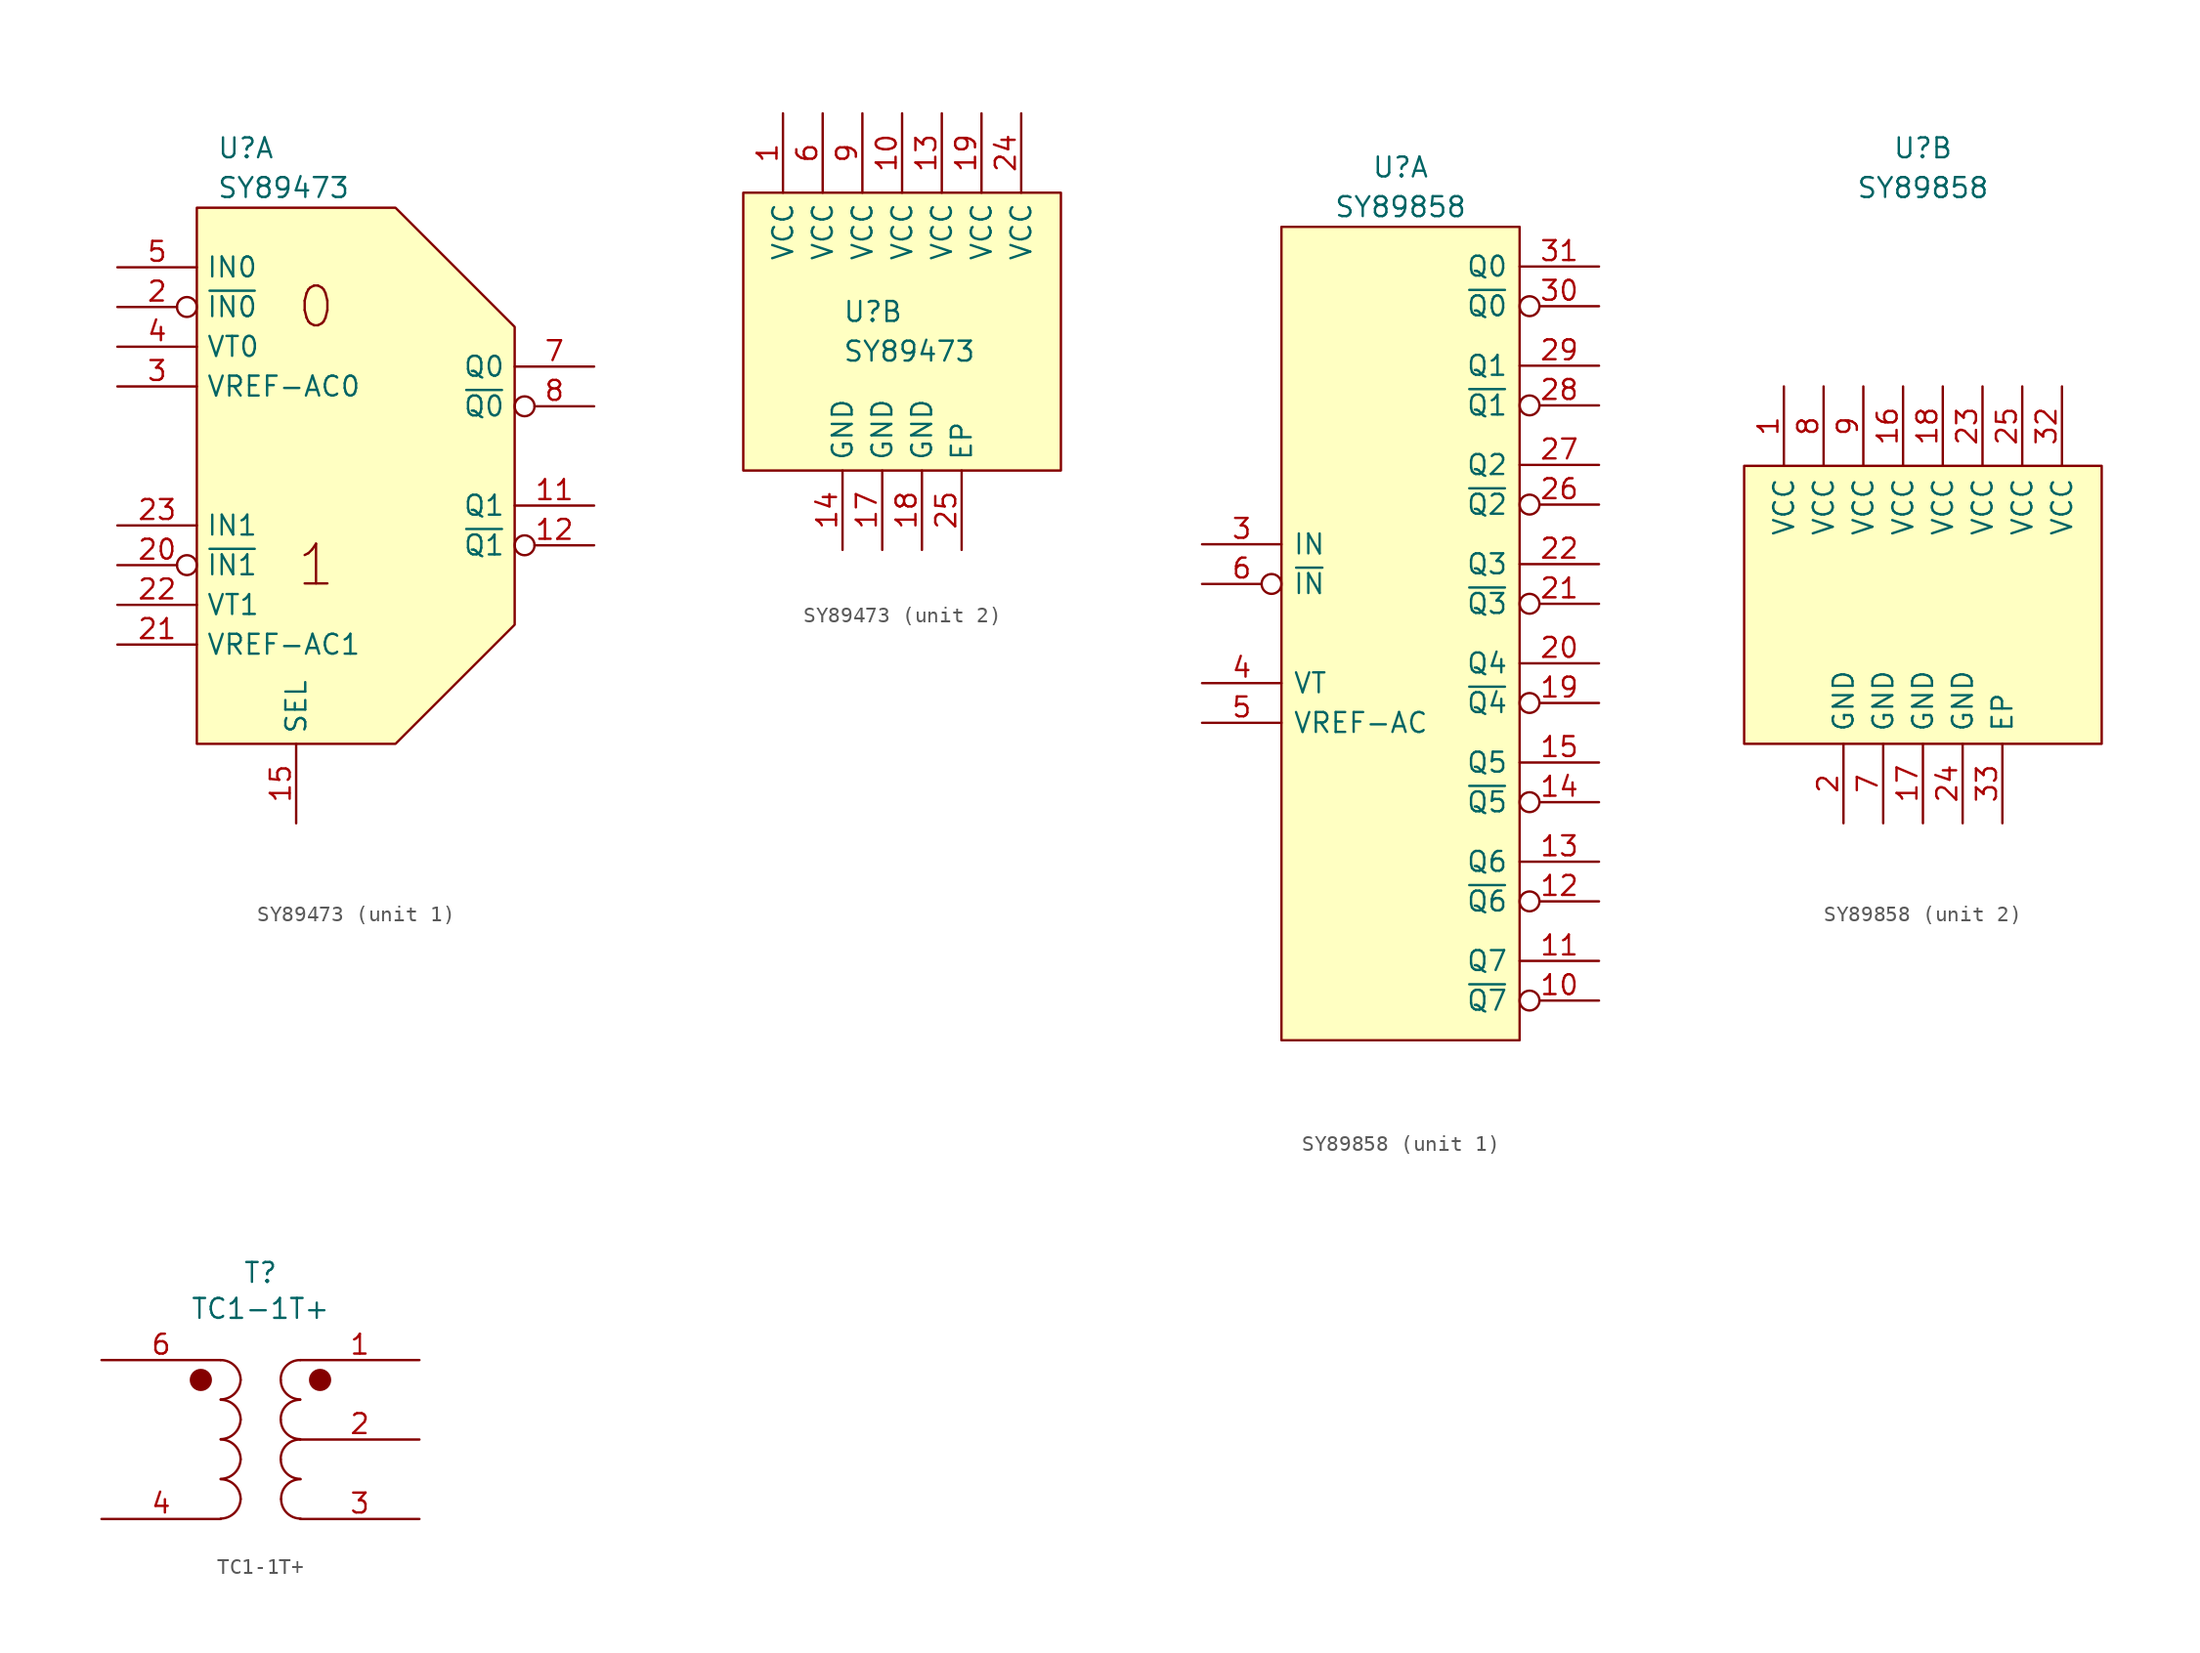
<source format=kicad_sym>
(kicad_symbol_lib
  (version 20220914)
  (generator kicad_symbol_editor)
  (symbol "SY89473"
    (pin_names
      (offset 0.584))
    (property "Reference" "U"
      (at -8.89 20.32 0)
      (effects (font (size 1.27 1.27)) (justify left)))
    (property "Value" "SY89473"
      (at -8.89 17.78 0)
      (effects (font (size 1.27 1.27)) (justify left)))
    (property "ki_locked" ""
      (at 0 0 0)
      (effects (font (size 1.27 1.27))))
    (symbol "SY89473_1_0"
      (polyline (pts (xy -10.16 16.51) (xy -10.16 -17.78) (xy 2.54 -17.78) (xy 10.16 -10.16) (xy 10.16 8.89) (xy 2.54 16.51) (xy -10.16 16.51)) (stroke (width 0) (type solid)) (fill (type background)))
      (text "0" (at -2.54 10.16 0) (effects (font (size 2.54 2.54))))
      (text "1" (at -2.54 -6.35 0) (effects (font (size 2.54 2.54)))))
    (symbol "SY89473_1_1"
      (pin open_emitter line (at 15.24 -2.54 180) (length 5.08) (name "Q1" (effects (font (size 1.27 1.27)))) (number "11" (effects (font (size 1.27 1.27)))))
      (pin open_emitter inverted (at 15.24 -5.08 180) (length 5.08) (name "~{Q1}" (effects (font (size 1.27 1.27)))) (number "12" (effects (font (size 1.27 1.27)))))
      (pin input line (at -3.81 -22.86 90) (length 5.08) (name "SEL" (effects (font (size 1.27 1.27)))) (number "15" (effects (font (size 1.27 1.27)))))
      (pin input inverted (at -15.24 10.16 0) (length 5.08) (name "~{IN0}" (effects (font (size 1.27 1.27)))) (number "2" (effects (font (size 1.27 1.27)))))
      (pin input inverted (at -15.24 -6.35 0) (length 5.08) (name "~{IN1}" (effects (font (size 1.27 1.27)))) (number "20" (effects (font (size 1.27 1.27)))))
      (pin output line (at -15.24 -11.43 0) (length 5.08) (name "VREF-AC1" (effects (font (size 1.27 1.27)))) (number "21" (effects (font (size 1.27 1.27)))))
      (pin input line (at -15.24 -8.89 0) (length 5.08) (name "VT1" (effects (font (size 1.27 1.27)))) (number "22" (effects (font (size 1.27 1.27)))))
      (pin input line (at -15.24 -3.81 0) (length 5.08) (name "IN1" (effects (font (size 1.27 1.27)))) (number "23" (effects (font (size 1.27 1.27)))))
      (pin output line (at -15.24 5.08 0) (length 5.08) (name "VREF-AC0" (effects (font (size 1.27 1.27)))) (number "3" (effects (font (size 1.27 1.27)))))
      (pin input line (at -15.24 7.62 0) (length 5.08) (name "VT0" (effects (font (size 1.27 1.27)))) (number "4" (effects (font (size 1.27 1.27)))))
      (pin input line (at -15.24 12.7 0) (length 5.08) (name "IN0" (effects (font (size 1.27 1.27)))) (number "5" (effects (font (size 1.27 1.27)))))
      (pin open_emitter line (at 15.24 6.35 180) (length 5.08) (name "Q0" (effects (font (size 1.27 1.27)))) (number "7" (effects (font (size 1.27 1.27)))))
      (pin open_emitter inverted (at 15.24 3.81 180) (length 5.08) (name "~{Q0}" (effects (font (size 1.27 1.27)))) (number "8" (effects (font (size 1.27 1.27))))))
    (symbol "SY89473_2_0"
      (rectangle (start -15.24 27.94) (end 5.08 10.16) (stroke (width 0) (type solid)) (fill (type background))))
    (symbol "SY89473_2_1"
      (pin power_in line (at -12.7 33.02 270) (length 5.08) (name "VCC" (effects (font (size 1.27 1.27)))) (number "1" (effects (font (size 1.27 1.27)))))
      (pin power_in line (at -5.08 33.02 270) (length 5.08) (name "VCC" (effects (font (size 1.27 1.27)))) (number "10" (effects (font (size 1.27 1.27)))))
      (pin power_in line (at -2.54 33.02 270) (length 5.08) (name "VCC" (effects (font (size 1.27 1.27)))) (number "13" (effects (font (size 1.27 1.27)))))
      (pin power_in line (at -8.89 5.08 90) (length 5.08) (name "GND" (effects (font (size 1.27 1.27)))) (number "14" (effects (font (size 1.27 1.27)))))
      (pin power_in line (at -6.35 5.08 90) (length 5.08) (name "GND" (effects (font (size 1.27 1.27)))) (number "17" (effects (font (size 1.27 1.27)))))
      (pin power_in line (at -3.81 5.08 90) (length 5.08) (name "GND" (effects (font (size 1.27 1.27)))) (number "18" (effects (font (size 1.27 1.27)))))
      (pin power_in line (at 0 33.02 270) (length 5.08) (name "VCC" (effects (font (size 1.27 1.27)))) (number "19" (effects (font (size 1.27 1.27)))))
      (pin power_in line (at 2.54 33.02 270) (length 5.08) (name "VCC" (effects (font (size 1.27 1.27)))) (number "24" (effects (font (size 1.27 1.27)))))
      (pin power_in line (at -1.27 5.08 90) (length 5.08) (name "EP" (effects (font (size 1.27 1.27)))) (number "25" (effects (font (size 1.27 1.27)))))
      (pin power_in line (at -10.16 33.02 270) (length 5.08) (name "VCC" (effects (font (size 1.27 1.27)))) (number "6" (effects (font (size 1.27 1.27)))))
      (pin power_in line (at -7.62 33.02 270) (length 5.08) (name "VCC" (effects (font (size 1.27 1.27)))) (number "9" (effects (font (size 1.27 1.27)))))))
  (symbol "SY89858"
    (pin_names
      (offset 0.711))
    (property "Reference" "U"
      (at 0 29.21 0)
      (effects (font (size 1.27 1.27))))
    (property "Value" "SY89858"
      (at 0 26.67 0)
      (effects (font (size 1.27 1.27))))
    (property "ki_locked" ""
      (at 0 0 0)
      (effects (font (size 1.27 1.27))))
    (symbol "SY89858_1_0"
      (rectangle (start -7.62 25.4) (end 7.62 -26.67) (stroke (width 0) (type solid)) (fill (type background))))
    (symbol "SY89858_1_1"
      (pin open_emitter inverted (at 12.7 -24.13 180) (length 5.08) (name "~{Q7}" (effects (font (size 1.27 1.27)))) (number "10" (effects (font (size 1.27 1.27)))))
      (pin open_emitter line (at 12.7 -21.59 180) (length 5.08) (name "Q7" (effects (font (size 1.27 1.27)))) (number "11" (effects (font (size 1.27 1.27)))))
      (pin open_emitter inverted (at 12.7 -17.78 180) (length 5.08) (name "~{Q6}" (effects (font (size 1.27 1.27)))) (number "12" (effects (font (size 1.27 1.27)))))
      (pin open_emitter line (at 12.7 -15.24 180) (length 5.08) (name "Q6" (effects (font (size 1.27 1.27)))) (number "13" (effects (font (size 1.27 1.27)))))
      (pin open_emitter inverted (at 12.7 -11.43 180) (length 5.08) (name "~{Q5}" (effects (font (size 1.27 1.27)))) (number "14" (effects (font (size 1.27 1.27)))))
      (pin open_emitter line (at 12.7 -8.89 180) (length 5.08) (name "Q5" (effects (font (size 1.27 1.27)))) (number "15" (effects (font (size 1.27 1.27)))))
      (pin open_emitter inverted (at 12.7 -5.08 180) (length 5.08) (name "~{Q4}" (effects (font (size 1.27 1.27)))) (number "19" (effects (font (size 1.27 1.27)))))
      (pin open_emitter line (at 12.7 -2.54 180) (length 5.08) (name "Q4" (effects (font (size 1.27 1.27)))) (number "20" (effects (font (size 1.27 1.27)))))
      (pin open_emitter inverted (at 12.7 1.27 180) (length 5.08) (name "~{Q3}" (effects (font (size 1.27 1.27)))) (number "21" (effects (font (size 1.27 1.27)))))
      (pin open_emitter line (at 12.7 3.81 180) (length 5.08) (name "Q3" (effects (font (size 1.27 1.27)))) (number "22" (effects (font (size 1.27 1.27)))))
      (pin open_emitter inverted (at 12.7 7.62 180) (length 5.08) (name "~{Q2}" (effects (font (size 1.27 1.27)))) (number "26" (effects (font (size 1.27 1.27)))))
      (pin open_emitter line (at 12.7 10.16 180) (length 5.08) (name "Q2" (effects (font (size 1.27 1.27)))) (number "27" (effects (font (size 1.27 1.27)))))
      (pin open_emitter inverted (at 12.7 13.97 180) (length 5.08) (name "~{Q1}" (effects (font (size 1.27 1.27)))) (number "28" (effects (font (size 1.27 1.27)))))
      (pin open_emitter line (at 12.7 16.51 180) (length 5.08) (name "Q1" (effects (font (size 1.27 1.27)))) (number "29" (effects (font (size 1.27 1.27)))))
      (pin input line (at -12.7 5.08 0) (length 5.08) (name "IN" (effects (font (size 1.27 1.27)))) (number "3" (effects (font (size 1.27 1.27)))))
      (pin open_emitter inverted (at 12.7 20.32 180) (length 5.08) (name "~{Q0}" (effects (font (size 1.27 1.27)))) (number "30" (effects (font (size 1.27 1.27)))))
      (pin open_emitter line (at 12.7 22.86 180) (length 5.08) (name "Q0" (effects (font (size 1.27 1.27)))) (number "31" (effects (font (size 1.27 1.27)))))
      (pin input line (at -12.7 -3.81 0) (length 5.08) (name "VT" (effects (font (size 1.27 1.27)))) (number "4" (effects (font (size 1.27 1.27)))))
      (pin output line (at -12.7 -6.35 0) (length 5.08) (name "VREF-AC" (effects (font (size 1.27 1.27)))) (number "5" (effects (font (size 1.27 1.27)))))
      (pin input inverted (at -12.7 2.54 0) (length 5.08) (name "~{IN}" (effects (font (size 1.27 1.27)))) (number "6" (effects (font (size 1.27 1.27))))))
    (symbol "SY89858_2_0"
      (rectangle (start -11.43 8.89) (end 11.43 -8.89) (stroke (width 0) (type solid)) (fill (type background))))
    (symbol "SY89858_2_1"
      (pin power_in line (at -8.89 13.97 270) (length 5.08) (name "VCC" (effects (font (size 1.27 1.27)))) (number "1" (effects (font (size 1.27 1.27)))))
      (pin power_in line (at -1.27 13.97 270) (length 5.08) (name "VCC" (effects (font (size 1.27 1.27)))) (number "16" (effects (font (size 1.27 1.27)))))
      (pin power_in line (at 0 -13.97 90) (length 5.08) (name "GND" (effects (font (size 1.27 1.27)))) (number "17" (effects (font (size 1.27 1.27)))))
      (pin power_in line (at 1.27 13.97 270) (length 5.08) (name "VCC" (effects (font (size 1.27 1.27)))) (number "18" (effects (font (size 1.27 1.27)))))
      (pin power_in line (at -5.08 -13.97 90) (length 5.08) (name "GND" (effects (font (size 1.27 1.27)))) (number "2" (effects (font (size 1.27 1.27)))))
      (pin power_in line (at 3.81 13.97 270) (length 5.08) (name "VCC" (effects (font (size 1.27 1.27)))) (number "23" (effects (font (size 1.27 1.27)))))
      (pin power_in line (at 2.54 -13.97 90) (length 5.08) (name "GND" (effects (font (size 1.27 1.27)))) (number "24" (effects (font (size 1.27 1.27)))))
      (pin power_in line (at 6.35 13.97 270) (length 5.08) (name "VCC" (effects (font (size 1.27 1.27)))) (number "25" (effects (font (size 1.27 1.27)))))
      (pin power_in line (at 8.89 13.97 270) (length 5.08) (name "VCC" (effects (font (size 1.27 1.27)))) (number "32" (effects (font (size 1.27 1.27)))))
      (pin power_in line (at 5.08 -13.97 90) (length 5.08) (name "EP" (effects (font (size 1.27 1.27)))) (number "33" (effects (font (size 1.27 1.27)))))
      (pin power_in line (at -2.54 -13.97 90) (length 5.08) (name "GND" (effects (font (size 1.27 1.27)))) (number "7" (effects (font (size 1.27 1.27)))))
      (pin power_in line (at -6.35 13.97 270) (length 5.08) (name "VCC" (effects (font (size 1.27 1.27)))) (number "8" (effects (font (size 1.27 1.27)))))
      (pin power_in line (at -3.81 13.97 270) (length 5.08) (name "VCC" (effects (font (size 1.27 1.27)))) (number "9" (effects (font (size 1.27 1.27)))))))
  (symbol "TC1-1T+"
    (pin_names
      (offset 1.016) hide)
    (property "Reference" "T"
      (at 0 10.662 0)
      (effects (font (size 1.27 1.27))))
    (property "Value" "TC1-1T+"
      (at 0 8.363 0)
      (effects (font (size 1.27 1.27))))
    (symbol "TC1-1T+_0_1"
      (circle (center -3.81 3.81) (radius 0.635) (stroke (width 0) (type default)) (fill (type outline)))
      (arc (start -2.54 -5.0546) (mid -1.6561 -4.6863) (end -1.27 -3.81) (stroke (width 0) (type default)) (fill (type none)))
      (arc (start -2.54 -2.5146) (mid -1.6561 -2.1463) (end -1.27 -1.27) (stroke (width 0) (type default)) (fill (type none)))
      (arc (start -2.54 0.0254) (mid -1.6561 0.3937) (end -1.27 1.27) (stroke (width 0) (type default)) (fill (type none)))
      (arc (start -2.54 2.5654) (mid -1.6561 2.9337) (end -1.27 3.81) (stroke (width 0) (type default)) (fill (type none)))
      (arc (start -1.27 -3.81) (mid -1.642 -2.912) (end -2.54 -2.54) (stroke (width 0) (type default)) (fill (type none)))
      (arc (start -1.27 -1.27) (mid -1.642 -0.372) (end -2.54 0) (stroke (width 0) (type default)) (fill (type none)))
      (arc (start -1.27 1.27) (mid -1.642 2.168) (end -2.54 2.54) (stroke (width 0) (type default)) (fill (type none)))
      (arc (start -1.27 3.81) (mid -1.642 4.708) (end -2.54 5.08) (stroke (width 0) (type default)) (fill (type none)))
      (arc (start 1.2954 -1.27) (mid 1.6599 -2.1501) (end 2.54 -2.5146) (stroke (width 0) (type default)) (fill (type none)))
      (arc (start 1.2954 1.27) (mid 1.6599 0.3899) (end 2.54 0.0254) (stroke (width 0) (type default)) (fill (type none)))
      (arc (start 1.2954 3.81) (mid 1.6599 2.9299) (end 2.54 2.5654) (stroke (width 0) (type default)) (fill (type none)))
      (arc (start 1.3208 -3.81) (mid 1.6853 -4.6901) (end 2.5654 -5.0546) (stroke (width 0) (type default)) (fill (type none)))
      (arc (start 2.54 0) (mid 1.6456 -0.3683) (end 1.2954 -1.27) (stroke (width 0) (type default)) (fill (type none)))
      (arc (start 2.54 2.54) (mid 1.6456 2.1717) (end 1.2954 1.27) (stroke (width 0) (type default)) (fill (type none)))
      (arc (start 2.54 5.08) (mid 1.6456 4.7117) (end 1.2954 3.81) (stroke (width 0) (type default)) (fill (type none)))
      (arc (start 2.5654 -2.54) (mid 1.671 -2.9083) (end 1.3208 -3.81) (stroke (width 0) (type default)) (fill (type none)))
      (circle (center 3.81 3.81) (radius 0.635) (stroke (width 0) (type default)) (fill (type outline))))
    (symbol "TC1-1T+_1_1"
      (pin passive line (at 10.16 5.08 180) (length 7.62) (name "Secondary_dot" (effects (font (size 1.27 1.27)))) (number "1" (effects (font (size 1.27 1.27)))))
      (pin passive line (at 10.16 0 180) (length 7.62) (name "Secondary_tap" (effects (font (size 1.27 1.27)))) (number "2" (effects (font (size 1.27 1.27)))))
      (pin passive line (at 10.16 -5.08 180) (length 7.62) (name "Secondary" (effects (font (size 1.27 1.27)))) (number "3" (effects (font (size 1.27 1.27)))))
      (pin passive line (at -10.16 -5.08 0) (length 7.62) (name "Prim" (effects (font (size 1.27 1.27)))) (number "4" (effects (font (size 1.27 1.27)))))
      (pin passive line (at -10.16 5.08 0) (length 7.62) (name "Prim_dot" (effects (font (size 1.27 1.27)))) (number "6" (effects (font (size 1.27 1.27))))))))
</source>
